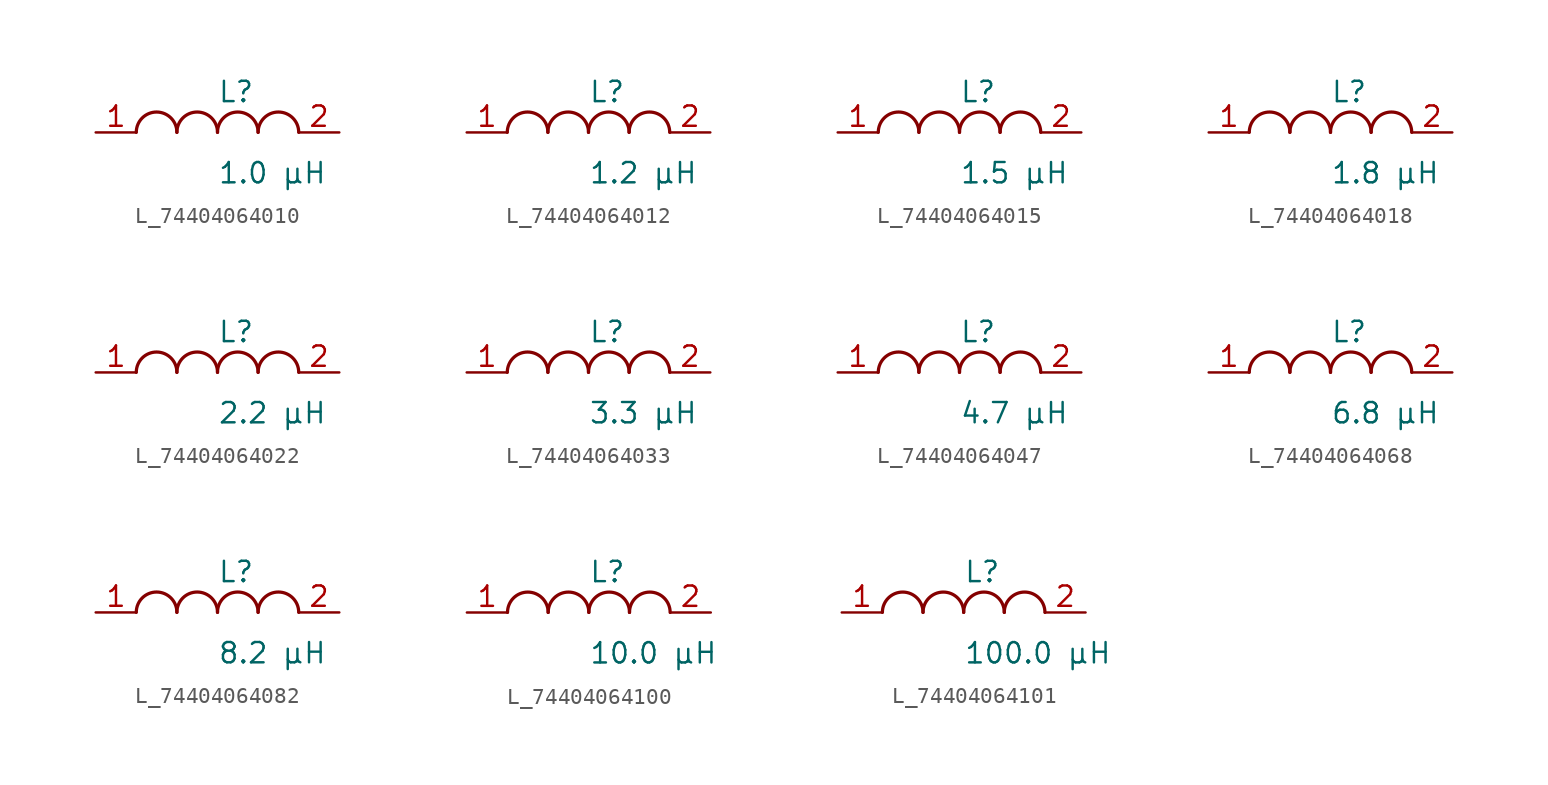
<source format=kicad_sym>
(kicad_symbol_lib
  (version 20231120)
  (generator kicad_symbol_editor)
  (generator_version 8.0)
  (symbol "L_74404064010"
    (pin_names
      (offset 0.254))
    (property "Reference" "L"
      (at 0 2.54 0)
      (effects (font (size 1.27 1.27)) (justify left)))
    (property "Value" "1.0 µH"
      (at 0 -2.54 0)
      (effects (font (size 1.27 1.27)) (justify left)))
    (symbol "L_74404064010_1_1"
      (arc (start -2.54 0.0056) (mid -3.81 1.27) (end -5.08 0.0056) (stroke (width 0.2032) (type default)) (fill (type none)))
      (arc (start 0 0.0056) (mid -1.27 1.27) (end -2.54 0.0056) (stroke (width 0.2032) (type default)) (fill (type none)))
      (arc (start 2.54 0.0056) (mid 1.27 1.27) (end 0 0.0056) (stroke (width 0.2032) (type default)) (fill (type none)))
      (arc (start 5.08 0.0056) (mid 3.81 1.27) (end 2.54 0.0056) (stroke (width 0.2032) (type default)) (fill (type none)))
      (pin unspecified line (at -7.62 0 0) (length 2.54) (name "" (effects (font (size 1.27 1.27)))) (number "1" (effects (font (size 1.27 1.27)))))
      (pin unspecified line (at 7.62 0 180) (length 2.54) (name "" (effects (font (size 1.27 1.27)))) (number "2" (effects (font (size 1.27 1.27)))))))
  (symbol "L_74404064012"
    (pin_names
      (offset 0.254))
    (property "Reference" "L"
      (at 0 2.54 0)
      (effects (font (size 1.27 1.27)) (justify left)))
    (property "Value" "1.2 µH"
      (at 0 -2.54 0)
      (effects (font (size 1.27 1.27)) (justify left)))
    (symbol "L_74404064012_1_1"
      (arc (start -2.54 0.0056) (mid -3.81 1.27) (end -5.08 0.0056) (stroke (width 0.2032) (type default)) (fill (type none)))
      (arc (start 0 0.0056) (mid -1.27 1.27) (end -2.54 0.0056) (stroke (width 0.2032) (type default)) (fill (type none)))
      (arc (start 2.54 0.0056) (mid 1.27 1.27) (end 0 0.0056) (stroke (width 0.2032) (type default)) (fill (type none)))
      (arc (start 5.08 0.0056) (mid 3.81 1.27) (end 2.54 0.0056) (stroke (width 0.2032) (type default)) (fill (type none)))
      (pin unspecified line (at -7.62 0 0) (length 2.54) (name "" (effects (font (size 1.27 1.27)))) (number "1" (effects (font (size 1.27 1.27)))))
      (pin unspecified line (at 7.62 0 180) (length 2.54) (name "" (effects (font (size 1.27 1.27)))) (number "2" (effects (font (size 1.27 1.27)))))))
  (symbol "L_74404064015"
    (pin_names
      (offset 0.254))
    (property "Reference" "L"
      (at 0 2.54 0)
      (effects (font (size 1.27 1.27)) (justify left)))
    (property "Value" "1.5 µH"
      (at 0 -2.54 0)
      (effects (font (size 1.27 1.27)) (justify left)))
    (symbol "L_74404064015_1_1"
      (arc (start -2.54 0.0056) (mid -3.81 1.27) (end -5.08 0.0056) (stroke (width 0.2032) (type default)) (fill (type none)))
      (arc (start 0 0.0056) (mid -1.27 1.27) (end -2.54 0.0056) (stroke (width 0.2032) (type default)) (fill (type none)))
      (arc (start 2.54 0.0056) (mid 1.27 1.27) (end 0 0.0056) (stroke (width 0.2032) (type default)) (fill (type none)))
      (arc (start 5.08 0.0056) (mid 3.81 1.27) (end 2.54 0.0056) (stroke (width 0.2032) (type default)) (fill (type none)))
      (pin unspecified line (at -7.62 0 0) (length 2.54) (name "" (effects (font (size 1.27 1.27)))) (number "1" (effects (font (size 1.27 1.27)))))
      (pin unspecified line (at 7.62 0 180) (length 2.54) (name "" (effects (font (size 1.27 1.27)))) (number "2" (effects (font (size 1.27 1.27)))))))
  (symbol "L_74404064018"
    (pin_names
      (offset 0.254))
    (property "Reference" "L"
      (at 0 2.54 0)
      (effects (font (size 1.27 1.27)) (justify left)))
    (property "Value" "1.8 µH"
      (at 0 -2.54 0)
      (effects (font (size 1.27 1.27)) (justify left)))
    (symbol "L_74404064018_1_1"
      (arc (start -2.54 0.0056) (mid -3.81 1.27) (end -5.08 0.0056) (stroke (width 0.2032) (type default)) (fill (type none)))
      (arc (start 0 0.0056) (mid -1.27 1.27) (end -2.54 0.0056) (stroke (width 0.2032) (type default)) (fill (type none)))
      (arc (start 2.54 0.0056) (mid 1.27 1.27) (end 0 0.0056) (stroke (width 0.2032) (type default)) (fill (type none)))
      (arc (start 5.08 0.0056) (mid 3.81 1.27) (end 2.54 0.0056) (stroke (width 0.2032) (type default)) (fill (type none)))
      (pin unspecified line (at -7.62 0 0) (length 2.54) (name "" (effects (font (size 1.27 1.27)))) (number "1" (effects (font (size 1.27 1.27)))))
      (pin unspecified line (at 7.62 0 180) (length 2.54) (name "" (effects (font (size 1.27 1.27)))) (number "2" (effects (font (size 1.27 1.27)))))))
  (symbol "L_74404064022"
    (pin_names
      (offset 0.254))
    (property "Reference" "L"
      (at 0 2.54 0)
      (effects (font (size 1.27 1.27)) (justify left)))
    (property "Value" "2.2 µH"
      (at 0 -2.54 0)
      (effects (font (size 1.27 1.27)) (justify left)))
    (symbol "L_74404064022_1_1"
      (arc (start -2.54 0.0056) (mid -3.81 1.27) (end -5.08 0.0056) (stroke (width 0.2032) (type default)) (fill (type none)))
      (arc (start 0 0.0056) (mid -1.27 1.27) (end -2.54 0.0056) (stroke (width 0.2032) (type default)) (fill (type none)))
      (arc (start 2.54 0.0056) (mid 1.27 1.27) (end 0 0.0056) (stroke (width 0.2032) (type default)) (fill (type none)))
      (arc (start 5.08 0.0056) (mid 3.81 1.27) (end 2.54 0.0056) (stroke (width 0.2032) (type default)) (fill (type none)))
      (pin unspecified line (at -7.62 0 0) (length 2.54) (name "" (effects (font (size 1.27 1.27)))) (number "1" (effects (font (size 1.27 1.27)))))
      (pin unspecified line (at 7.62 0 180) (length 2.54) (name "" (effects (font (size 1.27 1.27)))) (number "2" (effects (font (size 1.27 1.27)))))))
  (symbol "L_74404064033"
    (pin_names
      (offset 0.254))
    (property "Reference" "L"
      (at 0 2.54 0)
      (effects (font (size 1.27 1.27)) (justify left)))
    (property "Value" "3.3 µH"
      (at 0 -2.54 0)
      (effects (font (size 1.27 1.27)) (justify left)))
    (symbol "L_74404064033_1_1"
      (arc (start -2.54 0.0056) (mid -3.81 1.27) (end -5.08 0.0056) (stroke (width 0.2032) (type default)) (fill (type none)))
      (arc (start 0 0.0056) (mid -1.27 1.27) (end -2.54 0.0056) (stroke (width 0.2032) (type default)) (fill (type none)))
      (arc (start 2.54 0.0056) (mid 1.27 1.27) (end 0 0.0056) (stroke (width 0.2032) (type default)) (fill (type none)))
      (arc (start 5.08 0.0056) (mid 3.81 1.27) (end 2.54 0.0056) (stroke (width 0.2032) (type default)) (fill (type none)))
      (pin unspecified line (at -7.62 0 0) (length 2.54) (name "" (effects (font (size 1.27 1.27)))) (number "1" (effects (font (size 1.27 1.27)))))
      (pin unspecified line (at 7.62 0 180) (length 2.54) (name "" (effects (font (size 1.27 1.27)))) (number "2" (effects (font (size 1.27 1.27)))))))
  (symbol "L_74404064047"
    (pin_names
      (offset 0.254))
    (property "Reference" "L"
      (at 0 2.54 0)
      (effects (font (size 1.27 1.27)) (justify left)))
    (property "Value" "4.7 µH"
      (at 0 -2.54 0)
      (effects (font (size 1.27 1.27)) (justify left)))
    (symbol "L_74404064047_1_1"
      (arc (start -2.54 0.0056) (mid -3.81 1.27) (end -5.08 0.0056) (stroke (width 0.2032) (type default)) (fill (type none)))
      (arc (start 0 0.0056) (mid -1.27 1.27) (end -2.54 0.0056) (stroke (width 0.2032) (type default)) (fill (type none)))
      (arc (start 2.54 0.0056) (mid 1.27 1.27) (end 0 0.0056) (stroke (width 0.2032) (type default)) (fill (type none)))
      (arc (start 5.08 0.0056) (mid 3.81 1.27) (end 2.54 0.0056) (stroke (width 0.2032) (type default)) (fill (type none)))
      (pin unspecified line (at -7.62 0 0) (length 2.54) (name "" (effects (font (size 1.27 1.27)))) (number "1" (effects (font (size 1.27 1.27)))))
      (pin unspecified line (at 7.62 0 180) (length 2.54) (name "" (effects (font (size 1.27 1.27)))) (number "2" (effects (font (size 1.27 1.27)))))))
  (symbol "L_74404064068"
    (pin_names
      (offset 0.254))
    (property "Reference" "L"
      (at 0 2.54 0)
      (effects (font (size 1.27 1.27)) (justify left)))
    (property "Value" "6.8 µH"
      (at 0 -2.54 0)
      (effects (font (size 1.27 1.27)) (justify left)))
    (symbol "L_74404064068_1_1"
      (arc (start -2.54 0.0056) (mid -3.81 1.27) (end -5.08 0.0056) (stroke (width 0.2032) (type default)) (fill (type none)))
      (arc (start 0 0.0056) (mid -1.27 1.27) (end -2.54 0.0056) (stroke (width 0.2032) (type default)) (fill (type none)))
      (arc (start 2.54 0.0056) (mid 1.27 1.27) (end 0 0.0056) (stroke (width 0.2032) (type default)) (fill (type none)))
      (arc (start 5.08 0.0056) (mid 3.81 1.27) (end 2.54 0.0056) (stroke (width 0.2032) (type default)) (fill (type none)))
      (pin unspecified line (at -7.62 0 0) (length 2.54) (name "" (effects (font (size 1.27 1.27)))) (number "1" (effects (font (size 1.27 1.27)))))
      (pin unspecified line (at 7.62 0 180) (length 2.54) (name "" (effects (font (size 1.27 1.27)))) (number "2" (effects (font (size 1.27 1.27)))))))
  (symbol "L_74404064082"
    (pin_names
      (offset 0.254))
    (property "Reference" "L"
      (at 0 2.54 0)
      (effects (font (size 1.27 1.27)) (justify left)))
    (property "Value" "8.2 µH"
      (at 0 -2.54 0)
      (effects (font (size 1.27 1.27)) (justify left)))
    (symbol "L_74404064082_1_1"
      (arc (start -2.54 0.0056) (mid -3.81 1.27) (end -5.08 0.0056) (stroke (width 0.2032) (type default)) (fill (type none)))
      (arc (start 0 0.0056) (mid -1.27 1.27) (end -2.54 0.0056) (stroke (width 0.2032) (type default)) (fill (type none)))
      (arc (start 2.54 0.0056) (mid 1.27 1.27) (end 0 0.0056) (stroke (width 0.2032) (type default)) (fill (type none)))
      (arc (start 5.08 0.0056) (mid 3.81 1.27) (end 2.54 0.0056) (stroke (width 0.2032) (type default)) (fill (type none)))
      (pin unspecified line (at -7.62 0 0) (length 2.54) (name "" (effects (font (size 1.27 1.27)))) (number "1" (effects (font (size 1.27 1.27)))))
      (pin unspecified line (at 7.62 0 180) (length 2.54) (name "" (effects (font (size 1.27 1.27)))) (number "2" (effects (font (size 1.27 1.27)))))))
  (symbol "L_74404064100"
    (pin_names
      (offset 0.254))
    (property "Reference" "L"
      (at 0 2.54 0)
      (effects (font (size 1.27 1.27)) (justify left)))
    (property "Value" "10.0 µH"
      (at 0 -2.54 0)
      (effects (font (size 1.27 1.27)) (justify left)))
    (symbol "L_74404064100_1_1"
      (arc (start -2.54 0.0056) (mid -3.81 1.27) (end -5.08 0.0056) (stroke (width 0.2032) (type default)) (fill (type none)))
      (arc (start 0 0.0056) (mid -1.27 1.27) (end -2.54 0.0056) (stroke (width 0.2032) (type default)) (fill (type none)))
      (arc (start 2.54 0.0056) (mid 1.27 1.27) (end 0 0.0056) (stroke (width 0.2032) (type default)) (fill (type none)))
      (arc (start 5.08 0.0056) (mid 3.81 1.27) (end 2.54 0.0056) (stroke (width 0.2032) (type default)) (fill (type none)))
      (pin unspecified line (at -7.62 0 0) (length 2.54) (name "" (effects (font (size 1.27 1.27)))) (number "1" (effects (font (size 1.27 1.27)))))
      (pin unspecified line (at 7.62 0 180) (length 2.54) (name "" (effects (font (size 1.27 1.27)))) (number "2" (effects (font (size 1.27 1.27)))))))
  (symbol "L_74404064101"
    (pin_names
      (offset 0.254))
    (property "Reference" "L"
      (at 0 2.54 0)
      (effects (font (size 1.27 1.27)) (justify left)))
    (property "Value" "100.0 µH"
      (at 0 -2.54 0)
      (effects (font (size 1.27 1.27)) (justify left)))
    (symbol "L_74404064101_1_1"
      (arc (start -2.54 0.0056) (mid -3.81 1.27) (end -5.08 0.0056) (stroke (width 0.2032) (type default)) (fill (type none)))
      (arc (start 0 0.0056) (mid -1.27 1.27) (end -2.54 0.0056) (stroke (width 0.2032) (type default)) (fill (type none)))
      (arc (start 2.54 0.0056) (mid 1.27 1.27) (end 0 0.0056) (stroke (width 0.2032) (type default)) (fill (type none)))
      (arc (start 5.08 0.0056) (mid 3.81 1.27) (end 2.54 0.0056) (stroke (width 0.2032) (type default)) (fill (type none)))
      (pin unspecified line (at -7.62 0 0) (length 2.54) (name "" (effects (font (size 1.27 1.27)))) (number "1" (effects (font (size 1.27 1.27)))))
      (pin unspecified line (at 7.62 0 180) (length 2.54) (name "" (effects (font (size 1.27 1.27)))) (number "2" (effects (font (size 1.27 1.27))))))))
</source>
